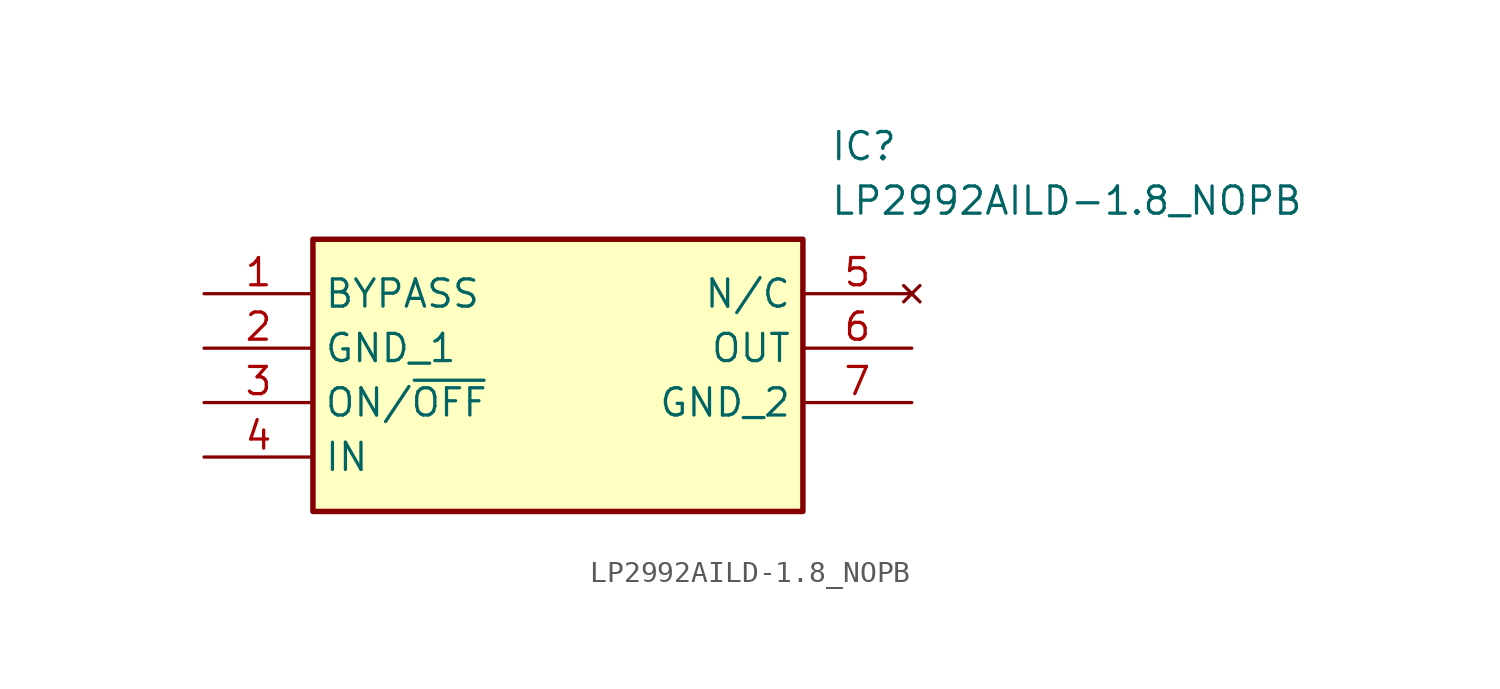
<source format=kicad_sym>
(kicad_symbol_lib
  (version 20211014)
  (generator SamacSys_ECAD_Model)
  (symbol "LP2992AILD-1.8_NOPB"
    (property "Reference" "IC"
      (at 29.21 7.62 0)
      (effects (font (size 1.27 1.27)) (justify left top)))
    (property "Value" "LP2992AILD-1.8_NOPB"
      (at 29.21 5.08 0)
      (effects (font (size 1.27 1.27)) (justify left top)))
    (rectangle
      (start 5.08 2.54)
      (end 27.94 -10.16)
      (stroke (width 0.254) (type default))
      (fill (type background)))
    (pin passive line
      (at 0 0 0)
      (length 5.08)
      (name "BYPASS" (effects (font (size 1.27 1.27))))
      (number "1" (effects (font (size 1.27 1.27)))))
    (pin passive line
      (at 0 -2.54 0)
      (length 5.08)
      (name "GND_1" (effects (font (size 1.27 1.27))))
      (number "2" (effects (font (size 1.27 1.27)))))
    (pin passive line
      (at 0 -5.08 0)
      (length 5.08)
      (name "ON/~{OFF}" (effects (font (size 1.27 1.27))))
      (number "3" (effects (font (size 1.27 1.27)))))
    (pin passive line
      (at 0 -7.62 0)
      (length 5.08)
      (name "IN" (effects (font (size 1.27 1.27))))
      (number "4" (effects (font (size 1.27 1.27)))))
    (pin no_connect line
      (at 33.02 0 180)
      (length 5.08)
      (name "N/C" (effects (font (size 1.27 1.27))))
      (number "5" (effects (font (size 1.27 1.27)))))
    (pin passive line
      (at 33.02 -2.54 180)
      (length 5.08)
      (name "OUT" (effects (font (size 1.27 1.27))))
      (number "6" (effects (font (size 1.27 1.27)))))
    (pin passive line
      (at 33.02 -5.08 180)
      (length 5.08)
      (name "GND_2" (effects (font (size 1.27 1.27))))
      (number "7" (effects (font (size 1.27 1.27)))))))
</source>
